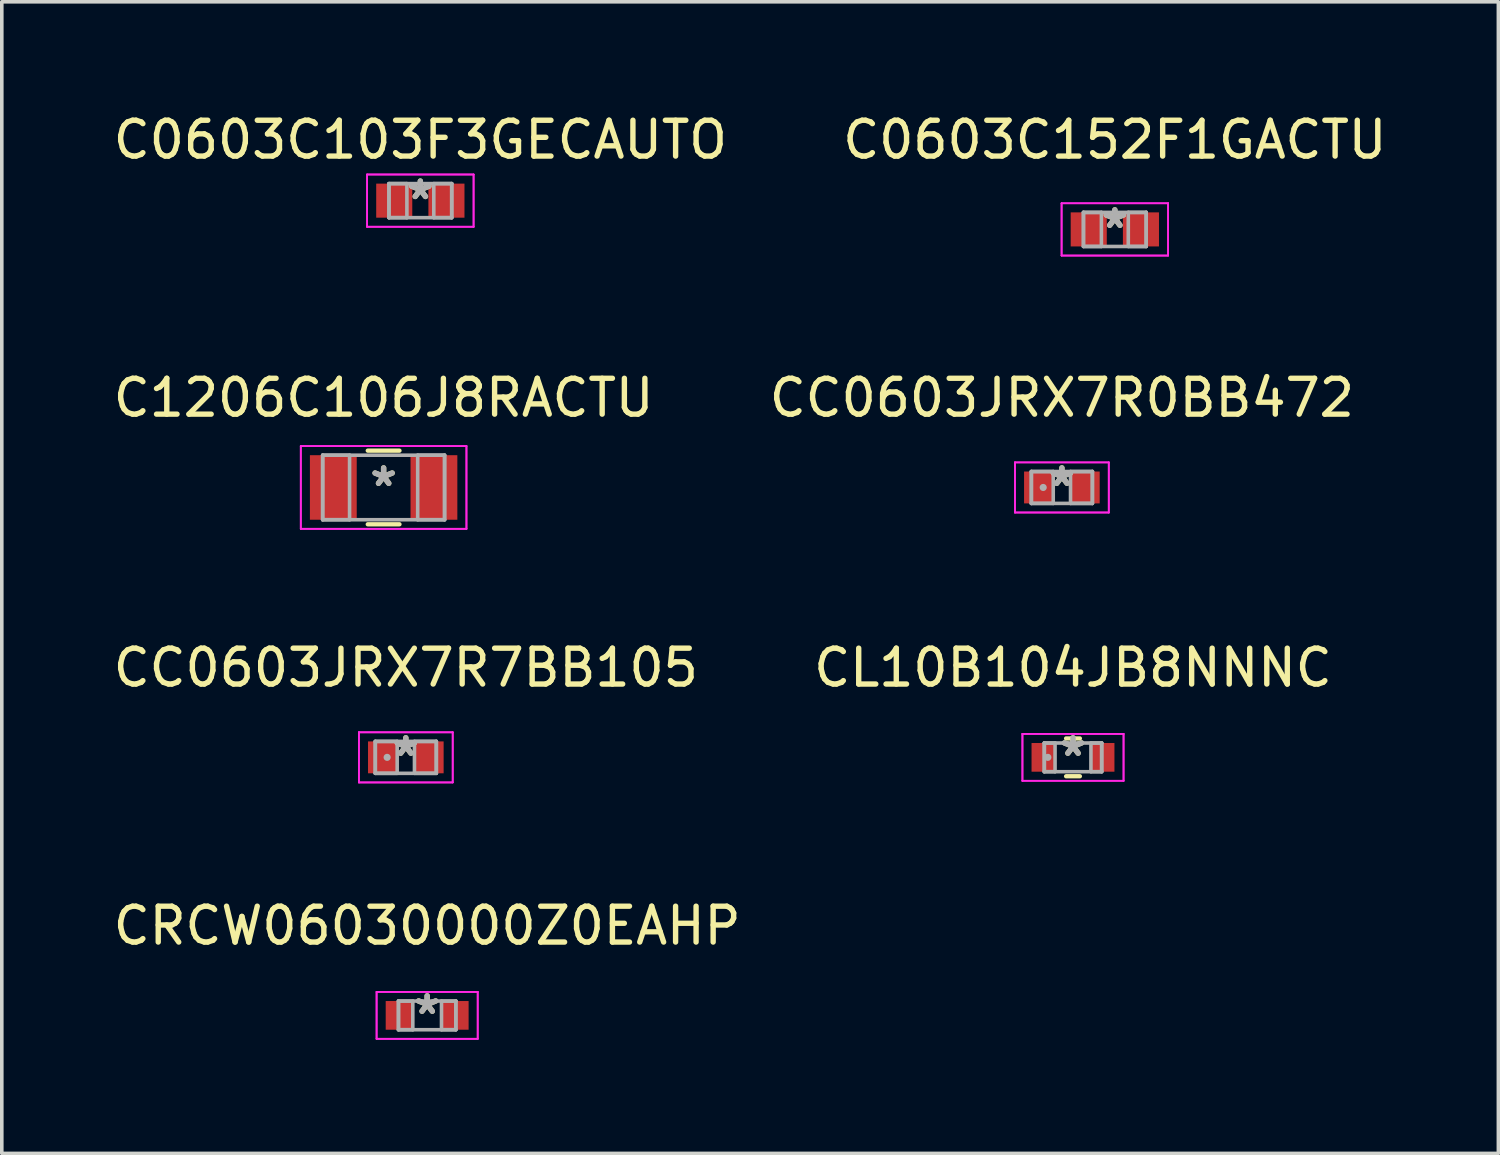
<source format=kicad_pcb>
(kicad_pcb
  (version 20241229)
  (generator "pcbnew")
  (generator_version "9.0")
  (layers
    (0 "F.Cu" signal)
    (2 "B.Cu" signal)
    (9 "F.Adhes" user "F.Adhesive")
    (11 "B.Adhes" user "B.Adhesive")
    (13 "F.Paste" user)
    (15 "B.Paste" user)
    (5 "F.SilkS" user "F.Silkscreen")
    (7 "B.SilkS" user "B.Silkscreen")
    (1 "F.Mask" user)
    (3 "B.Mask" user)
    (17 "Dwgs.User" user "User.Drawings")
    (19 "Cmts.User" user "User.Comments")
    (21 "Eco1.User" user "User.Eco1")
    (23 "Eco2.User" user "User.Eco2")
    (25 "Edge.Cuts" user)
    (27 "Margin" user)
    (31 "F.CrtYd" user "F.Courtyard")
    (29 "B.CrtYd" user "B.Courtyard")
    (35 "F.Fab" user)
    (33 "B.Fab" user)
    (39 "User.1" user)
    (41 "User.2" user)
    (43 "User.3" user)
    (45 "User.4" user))
  (footprint "CRCW06030000Z0EAHP"
    (layer "F.Cu")
    (at 8.863 25.268)
    (property "Reference" "CRCW06030000Z0EAHP" (at 0 -2.5 0) (layer "F.SilkS") (effects (font (size 1 1) (thickness 0.15))))
    (attr through_hole)
    (fp_line (start -1.41 -0.654) (end 1.41 -0.654) (stroke (width 0.05) (type solid)) (layer "F.CrtYd"))
    (fp_line (start -1.41 -0.654) (end 1.41 -0.654) (stroke (width 0.05) (type solid)) (layer "F.CrtYd"))
    (fp_line (start -1.41 0.654) (end -1.41 -0.654) (stroke (width 0.05) (type solid)) (layer "F.CrtYd"))
    (fp_line (start -1.41 0.654) (end -1.41 -0.654) (stroke (width 0.05) (type solid)) (layer "F.CrtYd"))
    (fp_line (start 1.41 -0.654) (end 1.41 0.654) (stroke (width 0.05) (type solid)) (layer "F.CrtYd"))
    (fp_line (start 1.41 -0.654) (end 1.41 0.654) (stroke (width 0.05) (type solid)) (layer "F.CrtYd"))
    (fp_line (start 1.41 0.654) (end -1.41 0.654) (stroke (width 0.05) (type solid)) (layer "F.CrtYd"))
    (fp_line (start 1.41 0.654) (end -1.41 0.654) (stroke (width 0.05) (type solid)) (layer "F.CrtYd"))
    (fp_line (start -0.8 -0.4) (end -0.8 0.4) (stroke (width 0.1) (type solid)) (layer "F.Fab"))
    (fp_line (start -0.8 -0.4) (end -0.8 0.4) (stroke (width 0.1) (type solid)) (layer "F.Fab"))
    (fp_line (start -0.8 0.4) (end -0.4 0.4) (stroke (width 0.1) (type solid)) (layer "F.Fab"))
    (fp_line (start -0.8 0.4) (end 0.8 0.4) (stroke (width 0.1) (type solid)) (layer "F.Fab"))
    (fp_line (start -0.4 -0.4) (end -0.8 -0.4) (stroke (width 0.1) (type solid)) (layer "F.Fab"))
    (fp_line (start -0.4 0.4) (end -0.4 -0.4) (stroke (width 0.1) (type solid)) (layer "F.Fab"))
    (fp_line (start 0.4 -0.4) (end 0.4 0.4) (stroke (width 0.1) (type solid)) (layer "F.Fab"))
    (fp_line (start 0.4 0.4) (end 0.8 0.4) (stroke (width 0.1) (type solid)) (layer "F.Fab"))
    (fp_line (start 0.8 -0.4) (end -0.8 -0.4) (stroke (width 0.1) (type solid)) (layer "F.Fab"))
    (fp_line (start 0.8 -0.4) (end 0.4 -0.4) (stroke (width 0.1) (type solid)) (layer "F.Fab"))
    (fp_line (start 0.8 0.4) (end 0.8 -0.4) (stroke (width 0.1) (type solid)) (layer "F.Fab"))
    (fp_line (start 0.8 0.4) (end 0.8 -0.4) (stroke (width 0.1) (type solid)) (layer "F.Fab"))
    (fp_text user "*" (at 0 0 0) (layer "F.SilkS") (effects (font (size 1 1) (thickness 0.15))))
    (fp_text user "*" (at 0 0 0) (layer "F.Fab") (effects (font (size 1 1) (thickness 0.15))))
    (pad "1" smd rect (at -0.778 0) (size 0.756 0.8) (layers "F.Cu" "F.Mask" "F.Paste"))
    (pad "2" smd rect (at 0.778 0) (size 0.756 0.8) (layers "F.Cu" "F.Mask" "F.Paste")))
  (footprint "C1206C106J8RACTU"
    (layer "F.Cu")
    (at 7.649 10.545)
    (property "Reference" "C1206C106J8RACTU" (at 0 -2.5 0) (layer "F.SilkS") (effects (font (size 1 1) (thickness 0.15))))
    (attr through_hole)
    (fp_line (start -0.442 1.027) (end 0.442 1.027) (stroke (width 0.12) (type solid)) (layer "F.SilkS"))
    (fp_line (start 0.442 -1.027) (end -0.442 -1.027) (stroke (width 0.12) (type solid)) (layer "F.SilkS"))
    (fp_line (start -2.31 -1.154) (end 2.31 -1.154) (stroke (width 0.05) (type solid)) (layer "F.CrtYd"))
    (fp_line (start -2.31 -1.154) (end 2.31 -1.154) (stroke (width 0.05) (type solid)) (layer "F.CrtYd"))
    (fp_line (start -2.31 1.154) (end -2.31 -1.154) (stroke (width 0.05) (type solid)) (layer "F.CrtYd"))
    (fp_line (start -2.31 1.154) (end -2.31 -1.154) (stroke (width 0.05) (type solid)) (layer "F.CrtYd"))
    (fp_line (start 2.31 -1.154) (end 2.31 1.154) (stroke (width 0.05) (type solid)) (layer "F.CrtYd"))
    (fp_line (start 2.31 -1.154) (end 2.31 1.154) (stroke (width 0.05) (type solid)) (layer "F.CrtYd"))
    (fp_line (start 2.31 1.154) (end -2.31 1.154) (stroke (width 0.05) (type solid)) (layer "F.CrtYd"))
    (fp_line (start 2.31 1.154) (end -2.31 1.154) (stroke (width 0.05) (type solid)) (layer "F.CrtYd"))
    (fp_line (start -1.7 -0.9) (end -1.7 0.9) (stroke (width 0.1) (type solid)) (layer "F.Fab"))
    (fp_line (start -1.7 -0.9) (end -1.7 0.9) (stroke (width 0.1) (type solid)) (layer "F.Fab"))
    (fp_line (start -1.7 0.9) (end -0.95 0.9) (stroke (width 0.1) (type solid)) (layer "F.Fab"))
    (fp_line (start -1.7 0.9) (end 1.7 0.9) (stroke (width 0.1) (type solid)) (layer "F.Fab"))
    (fp_line (start -0.95 -0.9) (end -1.7 -0.9) (stroke (width 0.1) (type solid)) (layer "F.Fab"))
    (fp_line (start -0.95 0.9) (end -0.95 -0.9) (stroke (width 0.1) (type solid)) (layer "F.Fab"))
    (fp_line (start 0.95 -0.9) (end 0.95 0.9) (stroke (width 0.1) (type solid)) (layer "F.Fab"))
    (fp_line (start 0.95 0.9) (end 1.7 0.9) (stroke (width 0.1) (type solid)) (layer "F.Fab"))
    (fp_line (start 1.7 -0.9) (end -1.7 -0.9) (stroke (width 0.1) (type solid)) (layer "F.Fab"))
    (fp_line (start 1.7 -0.9) (end 0.95 -0.9) (stroke (width 0.1) (type solid)) (layer "F.Fab"))
    (fp_line (start 1.7 0.9) (end 1.7 -0.9) (stroke (width 0.1) (type solid)) (layer "F.Fab"))
    (fp_line (start 1.7 0.9) (end 1.7 -0.9) (stroke (width 0.1) (type solid)) (layer "F.Fab"))
    (fp_text user "*" (at 0 0 0) (layer "F.SilkS") (effects (font (size 1 1) (thickness 0.15))))
    (fp_text user "*" (at 0 0 0) (layer "F.Fab") (effects (font (size 1 1) (thickness 0.15))))
    (pad "1" smd rect (at -1.403 0) (size 1.306 1.8) (layers "F.Cu" "F.Mask" "F.Paste"))
    (pad "2" smd rect (at 1.403 0) (size 1.306 1.8) (layers "F.Cu" "F.Mask" "F.Paste")))
  (footprint "CL10B104JB8NNNC"
    (layer "F.Cu")
    (at 26.875 18.072)
    (property "Reference" "CL10B104JB8NNNC" (at 0 -2.5 0) (layer "F.SilkS") (effects (font (size 1 1) (thickness 0.15))))
    (attr through_hole)
    (fp_line (start -0.192 0.527) (end 0.192 0.527) (stroke (width 0.12) (type solid)) (layer "F.SilkS"))
    (fp_line (start 0.192 -0.527) (end -0.192 -0.527) (stroke (width 0.12) (type solid)) (layer "F.SilkS"))
    (fp_line (start -1.41 -0.654) (end 1.41 -0.654) (stroke (width 0.05) (type solid)) (layer "F.CrtYd"))
    (fp_line (start -1.41 -0.654) (end 1.41 -0.654) (stroke (width 0.05) (type solid)) (layer "F.CrtYd"))
    (fp_line (start -1.41 0.654) (end -1.41 -0.654) (stroke (width 0.05) (type solid)) (layer "F.CrtYd"))
    (fp_line (start -1.41 0.654) (end -1.41 -0.654) (stroke (width 0.05) (type solid)) (layer "F.CrtYd"))
    (fp_line (start 1.41 -0.654) (end 1.41 0.654) (stroke (width 0.05) (type solid)) (layer "F.CrtYd"))
    (fp_line (start 1.41 -0.654) (end 1.41 0.654) (stroke (width 0.05) (type solid)) (layer "F.CrtYd"))
    (fp_line (start 1.41 0.654) (end -1.41 0.654) (stroke (width 0.05) (type solid)) (layer "F.CrtYd"))
    (fp_line (start 1.41 0.654) (end -1.41 0.654) (stroke (width 0.05) (type solid)) (layer "F.CrtYd"))
    (fp_line (start -0.8 -0.4) (end -0.8 0.4) (stroke (width 0.1) (type solid)) (layer "F.Fab"))
    (fp_line (start -0.8 -0.4) (end -0.8 0.4) (stroke (width 0.1) (type solid)) (layer "F.Fab"))
    (fp_line (start -0.8 0.4) (end -0.5 0.4) (stroke (width 0.1) (type solid)) (layer "F.Fab"))
    (fp_line (start -0.8 0.4) (end 0.8 0.4) (stroke (width 0.1) (type solid)) (layer "F.Fab"))
    (fp_line (start -0.5 -0.4) (end -0.8 -0.4) (stroke (width 0.1) (type solid)) (layer "F.Fab"))
    (fp_line (start -0.5 0.4) (end -0.5 -0.4) (stroke (width 0.1) (type solid)) (layer "F.Fab"))
    (fp_line (start 0.5 -0.4) (end 0.5 0.4) (stroke (width 0.1) (type solid)) (layer "F.Fab"))
    (fp_line (start 0.5 0.4) (end 0.8 0.4) (stroke (width 0.1) (type solid)) (layer "F.Fab"))
    (fp_line (start 0.8 -0.4) (end -0.8 -0.4) (stroke (width 0.1) (type solid)) (layer "F.Fab"))
    (fp_line (start 0.8 -0.4) (end 0.5 -0.4) (stroke (width 0.1) (type solid)) (layer "F.Fab"))
    (fp_line (start 0.8 0.4) (end 0.8 -0.4) (stroke (width 0.1) (type solid)) (layer "F.Fab"))
    (fp_line (start 0.8 0.4) (end 0.8 -0.4) (stroke (width 0.1) (type solid)) (layer "F.Fab"))
    (fp_circle (center -0.701 0) (end -0.701 0) (stroke (width 0.1) (type solid)) (fill no) (layer "F.Fab"))
    (fp_text user "*" (at 0 0 0) (layer "F.SilkS") (effects (font (size 1 1) (thickness 0.15))))
    (fp_text user "*" (at 0 0 0) (layer "F.Fab") (effects (font (size 1 1) (thickness 0.15))))
    (pad "1" smd rect (at -0.828 0) (size 0.656 0.8) (layers "F.Cu" "F.Mask" "F.Paste"))
    (pad "2" smd rect (at 0.828 0) (size 0.656 0.8) (layers "F.Cu" "F.Mask" "F.Paste")))
  (footprint "C0603C152F1GACTU"
    (layer "F.Cu")
    (at 28.042 3.348)
    (property "Reference" "C0603C152F1GACTU" (at 0 -2.5 0) (layer "F.SilkS") (effects (font (size 1 1) (thickness 0.15))))
    (attr through_hole)
    (fp_line (start -1.485 -0.729) (end 1.485 -0.729) (stroke (width 0.05) (type solid)) (layer "F.CrtYd"))
    (fp_line (start -1.485 -0.729) (end 1.485 -0.729) (stroke (width 0.05) (type solid)) (layer "F.CrtYd"))
    (fp_line (start -1.485 0.729) (end -1.485 -0.729) (stroke (width 0.05) (type solid)) (layer "F.CrtYd"))
    (fp_line (start -1.485 0.729) (end -1.485 -0.729) (stroke (width 0.05) (type solid)) (layer "F.CrtYd"))
    (fp_line (start 1.485 -0.729) (end 1.485 0.729) (stroke (width 0.05) (type solid)) (layer "F.CrtYd"))
    (fp_line (start 1.485 -0.729) (end 1.485 0.729) (stroke (width 0.05) (type solid)) (layer "F.CrtYd"))
    (fp_line (start 1.485 0.729) (end -1.485 0.729) (stroke (width 0.05) (type solid)) (layer "F.CrtYd"))
    (fp_line (start 1.485 0.729) (end -1.485 0.729) (stroke (width 0.05) (type solid)) (layer "F.CrtYd"))
    (fp_line (start -0.875 -0.475) (end -0.875 0.475) (stroke (width 0.1) (type solid)) (layer "F.Fab"))
    (fp_line (start -0.875 -0.475) (end -0.875 0.475) (stroke (width 0.1) (type solid)) (layer "F.Fab"))
    (fp_line (start -0.875 0.475) (end -0.375 0.475) (stroke (width 0.1) (type solid)) (layer "F.Fab"))
    (fp_line (start -0.875 0.475) (end 0.875 0.475) (stroke (width 0.1) (type solid)) (layer "F.Fab"))
    (fp_line (start -0.375 -0.475) (end -0.875 -0.475) (stroke (width 0.1) (type solid)) (layer "F.Fab"))
    (fp_line (start -0.375 0.475) (end -0.375 -0.475) (stroke (width 0.1) (type solid)) (layer "F.Fab"))
    (fp_line (start 0.375 -0.475) (end 0.375 0.475) (stroke (width 0.1) (type solid)) (layer "F.Fab"))
    (fp_line (start 0.375 0.475) (end 0.875 0.475) (stroke (width 0.1) (type solid)) (layer "F.Fab"))
    (fp_line (start 0.875 -0.475) (end -0.875 -0.475) (stroke (width 0.1) (type solid)) (layer "F.Fab"))
    (fp_line (start 0.875 -0.475) (end 0.375 -0.475) (stroke (width 0.1) (type solid)) (layer "F.Fab"))
    (fp_line (start 0.875 0.475) (end 0.875 -0.475) (stroke (width 0.1) (type solid)) (layer "F.Fab"))
    (fp_line (start 0.875 0.475) (end 0.875 -0.475) (stroke (width 0.1) (type solid)) (layer "F.Fab"))
    (fp_text user "*" (at 0 0 0) (layer "F.SilkS") (effects (font (size 1 1) (thickness 0.15))))
    (fp_text user "*" (at 0 0 0) (layer "F.Fab") (effects (font (size 1 1) (thickness 0.15))))
    (pad "1" smd rect (at -0.728 0) (size 1.006 0.95) (layers "F.Cu" "F.Mask" "F.Paste"))
    (pad "2" smd rect (at 0.728 0) (size 1.006 0.95) (layers "F.Cu" "F.Mask" "F.Paste")))
  (footprint "C0603C103F3GECAUTO"
    (layer "F.Cu")
    (at 8.673 2.546)
    (property "Reference" "C0603C103F3GECAUTO" (at 0 -1.698 0) (layer "F.SilkS") (effects (font (size 1 1) (thickness 0.15))))
    (attr through_hole)
    (fp_line (start -1.485 -0.729) (end 1.485 -0.729) (stroke (width 0.05) (type solid)) (layer "F.CrtYd"))
    (fp_line (start -1.485 -0.729) (end 1.485 -0.729) (stroke (width 0.05) (type solid)) (layer "F.CrtYd"))
    (fp_line (start -1.485 0.729) (end -1.485 -0.729) (stroke (width 0.05) (type solid)) (layer "F.CrtYd"))
    (fp_line (start -1.485 0.729) (end -1.485 -0.729) (stroke (width 0.05) (type solid)) (layer "F.CrtYd"))
    (fp_line (start 1.485 -0.729) (end 1.485 0.729) (stroke (width 0.05) (type solid)) (layer "F.CrtYd"))
    (fp_line (start 1.485 -0.729) (end 1.485 0.729) (stroke (width 0.05) (type solid)) (layer "F.CrtYd"))
    (fp_line (start 1.485 0.729) (end -1.485 0.729) (stroke (width 0.05) (type solid)) (layer "F.CrtYd"))
    (fp_line (start 1.485 0.729) (end -1.485 0.729) (stroke (width 0.05) (type solid)) (layer "F.CrtYd"))
    (fp_line (start -0.875 -0.475) (end -0.875 0.475) (stroke (width 0.1) (type solid)) (layer "F.Fab"))
    (fp_line (start -0.875 -0.475) (end -0.875 0.475) (stroke (width 0.1) (type solid)) (layer "F.Fab"))
    (fp_line (start -0.875 0.475) (end -0.375 0.475) (stroke (width 0.1) (type solid)) (layer "F.Fab"))
    (fp_line (start -0.875 0.475) (end 0.875 0.475) (stroke (width 0.1) (type solid)) (layer "F.Fab"))
    (fp_line (start -0.375 -0.475) (end -0.875 -0.475) (stroke (width 0.1) (type solid)) (layer "F.Fab"))
    (fp_line (start -0.375 0.475) (end -0.375 -0.475) (stroke (width 0.1) (type solid)) (layer "F.Fab"))
    (fp_line (start 0.375 -0.475) (end 0.375 0.475) (stroke (width 0.1) (type solid)) (layer "F.Fab"))
    (fp_line (start 0.375 0.475) (end 0.875 0.475) (stroke (width 0.1) (type solid)) (layer "F.Fab"))
    (fp_line (start 0.875 -0.475) (end -0.875 -0.475) (stroke (width 0.1) (type solid)) (layer "F.Fab"))
    (fp_line (start 0.875 -0.475) (end 0.375 -0.475) (stroke (width 0.1) (type solid)) (layer "F.Fab"))
    (fp_line (start 0.875 0.475) (end 0.875 -0.475) (stroke (width 0.1) (type solid)) (layer "F.Fab"))
    (fp_line (start 0.875 0.475) (end 0.875 -0.475) (stroke (width 0.1) (type solid)) (layer "F.Fab"))
    (fp_text user "*" (at 0 0 0) (layer "F.SilkS") (effects (font (size 1 1) (thickness 0.15))))
    (fp_text user "*" (at 0 0 0) (layer "F.Fab") (effects (font (size 1 1) (thickness 0.15))))
    (pad "1" smd rect (at -0.728 0) (size 1.006 0.95) (layers "F.Cu" "F.Mask" "F.Paste"))
    (pad "2" smd rect (at 0.728 0) (size 1.006 0.95) (layers "F.Cu" "F.Mask" "F.Paste")))
  (footprint "CC0603JRX7R0BB472"
    (layer "F.Cu")
    (at 26.565 10.545)
    (property "Reference" "CC0603JRX7R0BB472" (at 0 -2.5 0) (layer "F.SilkS") (effects (font (size 1 1) (thickness 0.15))))
    (attr through_hole)
    (fp_line (start -1.308 -0.699) (end 1.308 -0.699) (stroke (width 0.05) (type solid)) (layer "F.CrtYd"))
    (fp_line (start -1.308 -0.699) (end 1.308 -0.699) (stroke (width 0.05) (type solid)) (layer "F.CrtYd"))
    (fp_line (start -1.308 0.699) (end -1.308 -0.699) (stroke (width 0.05) (type solid)) (layer "F.CrtYd"))
    (fp_line (start -1.308 0.699) (end -1.308 -0.699) (stroke (width 0.05) (type solid)) (layer "F.CrtYd"))
    (fp_line (start 1.308 -0.699) (end 1.308 0.699) (stroke (width 0.05) (type solid)) (layer "F.CrtYd"))
    (fp_line (start 1.308 -0.699) (end 1.308 0.699) (stroke (width 0.05) (type solid)) (layer "F.CrtYd"))
    (fp_line (start 1.308 0.699) (end -1.308 0.699) (stroke (width 0.05) (type solid)) (layer "F.CrtYd"))
    (fp_line (start 1.308 0.699) (end -1.308 0.699) (stroke (width 0.05) (type solid)) (layer "F.CrtYd"))
    (fp_line (start -0.851 -0.445) (end -0.851 0.445) (stroke (width 0.1) (type solid)) (layer "F.Fab"))
    (fp_line (start -0.851 -0.445) (end -0.851 0.445) (stroke (width 0.1) (type solid)) (layer "F.Fab"))
    (fp_line (start -0.851 0.445) (end -0.241 0.445) (stroke (width 0.1) (type solid)) (layer "F.Fab"))
    (fp_line (start -0.851 0.445) (end 0.851 0.445) (stroke (width 0.1) (type solid)) (layer "F.Fab"))
    (fp_line (start -0.241 -0.445) (end -0.851 -0.445) (stroke (width 0.1) (type solid)) (layer "F.Fab"))
    (fp_line (start -0.241 0.445) (end -0.241 -0.445) (stroke (width 0.1) (type solid)) (layer "F.Fab"))
    (fp_line (start 0.241 -0.445) (end 0.241 0.445) (stroke (width 0.1) (type solid)) (layer "F.Fab"))
    (fp_line (start 0.241 0.445) (end 0.851 0.445) (stroke (width 0.1) (type solid)) (layer "F.Fab"))
    (fp_line (start 0.851 -0.445) (end -0.851 -0.445) (stroke (width 0.1) (type solid)) (layer "F.Fab"))
    (fp_line (start 0.851 -0.445) (end 0.241 -0.445) (stroke (width 0.1) (type solid)) (layer "F.Fab"))
    (fp_line (start 0.851 0.445) (end 0.851 -0.445) (stroke (width 0.1) (type solid)) (layer "F.Fab"))
    (fp_line (start 0.851 0.445) (end 0.851 -0.445) (stroke (width 0.1) (type solid)) (layer "F.Fab"))
    (fp_circle (center -0.521 0) (end -0.521 0) (stroke (width 0.1) (type solid)) (fill no) (layer "F.Fab"))
    (fp_text user "*" (at 0 0 0) (layer "F.SilkS") (effects (font (size 1 1) (thickness 0.15))))
    (fp_text user "*" (at 0 0 0) (layer "F.Fab") (effects (font (size 1 1) (thickness 0.15))))
    (pad "1" smd rect (at -0.648 0) (size 0.813 0.889) (layers "F.Cu" "F.Mask" "F.Paste"))
    (pad "2" smd rect (at 0.648 0) (size 0.813 0.889) (layers "F.Cu" "F.Mask" "F.Paste")))
  (footprint "CC0603JRX7R7BB105"
    (layer "F.Cu")
    (at 8.268 18.072)
    (property "Reference" "CC0603JRX7R7BB105" (at 0 -2.5 0) (layer "F.SilkS") (effects (font (size 1 1) (thickness 0.15))))
    (attr through_hole)
    (fp_line (start -1.308 -0.699) (end 1.308 -0.699) (stroke (width 0.05) (type solid)) (layer "F.CrtYd"))
    (fp_line (start -1.308 -0.699) (end 1.308 -0.699) (stroke (width 0.05) (type solid)) (layer "F.CrtYd"))
    (fp_line (start -1.308 0.699) (end -1.308 -0.699) (stroke (width 0.05) (type solid)) (layer "F.CrtYd"))
    (fp_line (start -1.308 0.699) (end -1.308 -0.699) (stroke (width 0.05) (type solid)) (layer "F.CrtYd"))
    (fp_line (start 1.308 -0.699) (end 1.308 0.699) (stroke (width 0.05) (type solid)) (layer "F.CrtYd"))
    (fp_line (start 1.308 -0.699) (end 1.308 0.699) (stroke (width 0.05) (type solid)) (layer "F.CrtYd"))
    (fp_line (start 1.308 0.699) (end -1.308 0.699) (stroke (width 0.05) (type solid)) (layer "F.CrtYd"))
    (fp_line (start 1.308 0.699) (end -1.308 0.699) (stroke (width 0.05) (type solid)) (layer "F.CrtYd"))
    (fp_line (start -0.851 -0.445) (end -0.851 0.445) (stroke (width 0.1) (type solid)) (layer "F.Fab"))
    (fp_line (start -0.851 -0.445) (end -0.851 0.445) (stroke (width 0.1) (type solid)) (layer "F.Fab"))
    (fp_line (start -0.851 0.445) (end -0.241 0.445) (stroke (width 0.1) (type solid)) (layer "F.Fab"))
    (fp_line (start -0.851 0.445) (end 0.851 0.445) (stroke (width 0.1) (type solid)) (layer "F.Fab"))
    (fp_line (start -0.241 -0.445) (end -0.851 -0.445) (stroke (width 0.1) (type solid)) (layer "F.Fab"))
    (fp_line (start -0.241 0.445) (end -0.241 -0.445) (stroke (width 0.1) (type solid)) (layer "F.Fab"))
    (fp_line (start 0.241 -0.445) (end 0.241 0.445) (stroke (width 0.1) (type solid)) (layer "F.Fab"))
    (fp_line (start 0.241 0.445) (end 0.851 0.445) (stroke (width 0.1) (type solid)) (layer "F.Fab"))
    (fp_line (start 0.851 -0.445) (end -0.851 -0.445) (stroke (width 0.1) (type solid)) (layer "F.Fab"))
    (fp_line (start 0.851 -0.445) (end 0.241 -0.445) (stroke (width 0.1) (type solid)) (layer "F.Fab"))
    (fp_line (start 0.851 0.445) (end 0.851 -0.445) (stroke (width 0.1) (type solid)) (layer "F.Fab"))
    (fp_line (start 0.851 0.445) (end 0.851 -0.445) (stroke (width 0.1) (type solid)) (layer "F.Fab"))
    (fp_circle (center -0.521 0) (end -0.521 0) (stroke (width 0.1) (type solid)) (fill no) (layer "F.Fab"))
    (fp_text user "*" (at 0 0 0) (layer "F.SilkS") (effects (font (size 1 1) (thickness 0.15))))
    (fp_text user "*" (at 0 0 0) (layer "F.Fab") (effects (font (size 1 1) (thickness 0.15))))
    (pad "1" smd rect (at -0.648 0) (size 0.813 0.889) (layers "F.Cu" "F.Mask" "F.Paste"))
    (pad "2" smd rect (at 0.648 0) (size 0.813 0.889) (layers "F.Cu" "F.Mask" "F.Paste")))
  (gr_rect
    (start -3 -3)
    (end 38.738 29.117)
    (stroke (width 0.1) (type default))
    (fill no)
    (layer "Edge.Cuts")))
</source>
